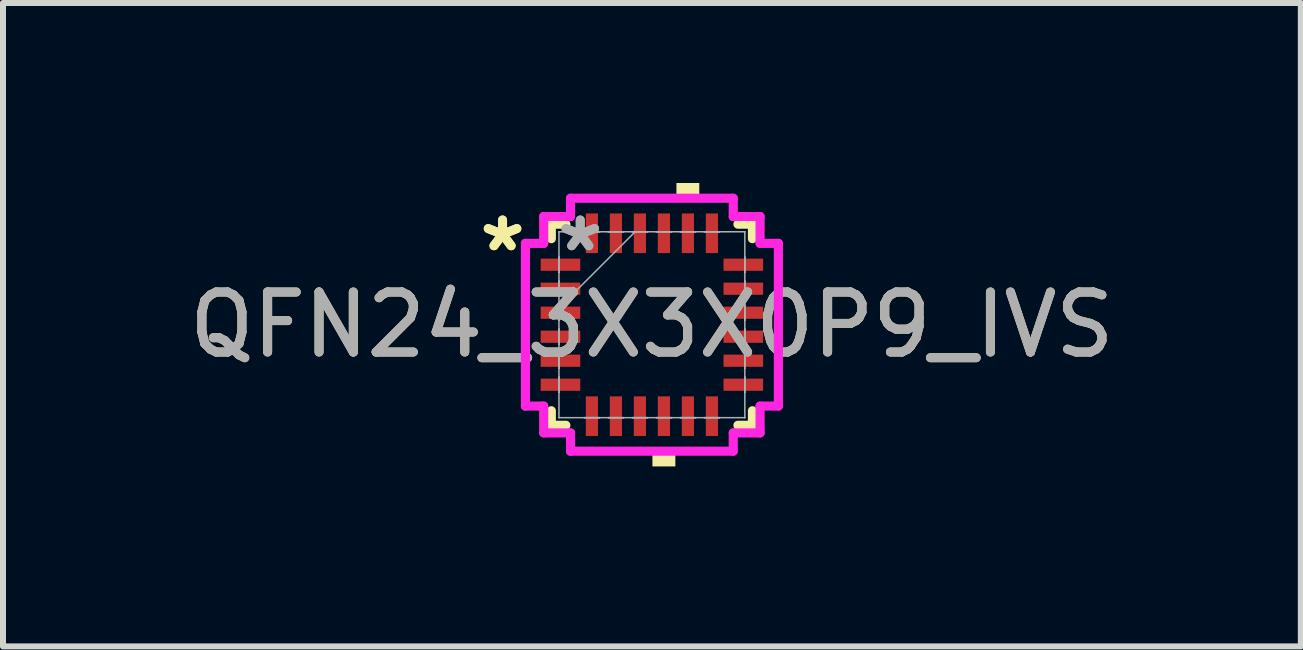
<source format=kicad_pcb>
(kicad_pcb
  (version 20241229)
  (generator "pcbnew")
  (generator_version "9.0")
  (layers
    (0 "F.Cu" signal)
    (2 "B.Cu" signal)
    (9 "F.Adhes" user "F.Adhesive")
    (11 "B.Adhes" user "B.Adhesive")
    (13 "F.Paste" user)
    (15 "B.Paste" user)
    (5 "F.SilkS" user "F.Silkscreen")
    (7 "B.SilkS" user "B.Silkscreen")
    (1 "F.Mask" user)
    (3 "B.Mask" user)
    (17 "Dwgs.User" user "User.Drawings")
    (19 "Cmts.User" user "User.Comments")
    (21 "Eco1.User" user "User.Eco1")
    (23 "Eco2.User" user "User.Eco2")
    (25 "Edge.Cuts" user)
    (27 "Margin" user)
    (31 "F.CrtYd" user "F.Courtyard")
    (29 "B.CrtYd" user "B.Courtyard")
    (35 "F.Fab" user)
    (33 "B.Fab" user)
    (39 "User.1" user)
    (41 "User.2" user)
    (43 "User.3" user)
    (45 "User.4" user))
  (footprint "QFN24_3X3X0P9_IVS"
    (layer "F.Cu")
    (at 7.815 2.362)
    (property "Reference" "QFN24_3X3X0P9_IVS" (at 0 0 0) (unlocked yes) (layer "F.SilkS") (effects (font (size 1 1) (thickness 0.15))))
    (attr smd)
    (fp_line (start -1.676 -1.676) (end -1.676 -1.434) (stroke (width 0.152) (type solid)) (layer "F.SilkS"))
    (fp_line (start -1.676 1.434) (end -1.676 1.676) (stroke (width 0.152) (type solid)) (layer "F.SilkS"))
    (fp_line (start -1.676 1.676) (end -1.434 1.676) (stroke (width 0.152) (type solid)) (layer "F.SilkS"))
    (fp_line (start -1.434 -1.676) (end -1.676 -1.676) (stroke (width 0.152) (type solid)) (layer "F.SilkS"))
    (fp_line (start 1.434 1.676) (end 1.676 1.676) (stroke (width 0.152) (type solid)) (layer "F.SilkS"))
    (fp_line (start 1.676 -1.676) (end 1.434 -1.676) (stroke (width 0.152) (type solid)) (layer "F.SilkS"))
    (fp_line (start 1.676 -1.434) (end 1.676 -1.676) (stroke (width 0.152) (type solid)) (layer "F.SilkS"))
    (fp_line (start 1.676 1.676) (end 1.676 1.434) (stroke (width 0.152) (type solid)) (layer "F.SilkS"))
    (fp_poly (pts (xy 0.009 2.108) (xy 0.009 2.362) (xy 0.391 2.362) (xy 0.391 2.108)) (stroke (width 0) (type solid)) (fill yes) (layer "F.SilkS"))
    (fp_poly (pts (xy 0.409 -2.108) (xy 0.409 -2.362) (xy 0.79 -2.362) (xy 0.79 -2.108)) (stroke (width 0) (type solid)) (fill yes) (layer "F.SilkS"))
    (fp_line (start -2.108 -1.356) (end -1.803 -1.356) (stroke (width 0.152) (type solid)) (layer "F.CrtYd"))
    (fp_line (start -2.108 1.356) (end -2.108 -1.356) (stroke (width 0.152) (type solid)) (layer "F.CrtYd"))
    (fp_line (start -1.803 -1.803) (end -1.356 -1.803) (stroke (width 0.152) (type solid)) (layer "F.CrtYd"))
    (fp_line (start -1.803 -1.356) (end -1.803 -1.803) (stroke (width 0.152) (type solid)) (layer "F.CrtYd"))
    (fp_line (start -1.803 1.356) (end -2.108 1.356) (stroke (width 0.152) (type solid)) (layer "F.CrtYd"))
    (fp_line (start -1.803 1.803) (end -1.803 1.356) (stroke (width 0.152) (type solid)) (layer "F.CrtYd"))
    (fp_line (start -1.356 -2.108) (end 1.356 -2.108) (stroke (width 0.152) (type solid)) (layer "F.CrtYd"))
    (fp_line (start -1.356 -1.803) (end -1.356 -2.108) (stroke (width 0.152) (type solid)) (layer "F.CrtYd"))
    (fp_line (start -1.356 1.803) (end -1.803 1.803) (stroke (width 0.152) (type solid)) (layer "F.CrtYd"))
    (fp_line (start -1.356 2.108) (end -1.356 1.803) (stroke (width 0.152) (type solid)) (layer "F.CrtYd"))
    (fp_line (start 1.356 -2.108) (end 1.356 -1.803) (stroke (width 0.152) (type solid)) (layer "F.CrtYd"))
    (fp_line (start 1.356 -1.803) (end 1.803 -1.803) (stroke (width 0.152) (type solid)) (layer "F.CrtYd"))
    (fp_line (start 1.356 1.803) (end 1.356 2.108) (stroke (width 0.152) (type solid)) (layer "F.CrtYd"))
    (fp_line (start 1.356 2.108) (end -1.356 2.108) (stroke (width 0.152) (type solid)) (layer "F.CrtYd"))
    (fp_line (start 1.803 -1.803) (end 1.803 -1.356) (stroke (width 0.152) (type solid)) (layer "F.CrtYd"))
    (fp_line (start 1.803 -1.356) (end 2.108 -1.356) (stroke (width 0.152) (type solid)) (layer "F.CrtYd"))
    (fp_line (start 1.803 1.356) (end 1.803 1.803) (stroke (width 0.152) (type solid)) (layer "F.CrtYd"))
    (fp_line (start 1.803 1.803) (end 1.356 1.803) (stroke (width 0.152) (type solid)) (layer "F.CrtYd"))
    (fp_line (start 2.108 -1.356) (end 2.108 1.356) (stroke (width 0.152) (type solid)) (layer "F.CrtYd"))
    (fp_line (start 2.108 1.356) (end 1.803 1.356) (stroke (width 0.152) (type solid)) (layer "F.CrtYd"))
    (fp_line (start -1.549 -1.549) (end -1.549 -1.549) (stroke (width 0.025) (type solid)) (layer "F.Fab"))
    (fp_line (start -1.549 -1.549) (end -1.549 1.549) (stroke (width 0.025) (type solid)) (layer "F.Fab"))
    (fp_line (start -1.549 -1.127) (end -1.549 -1.127) (stroke (width 0.025) (type solid)) (layer "F.Fab"))
    (fp_line (start -1.549 -1.127) (end -1.549 -0.873) (stroke (width 0.025) (type solid)) (layer "F.Fab"))
    (fp_line (start -1.549 -0.873) (end -1.549 -1.127) (stroke (width 0.025) (type solid)) (layer "F.Fab"))
    (fp_line (start -1.549 -0.873) (end -1.549 -0.873) (stroke (width 0.025) (type solid)) (layer "F.Fab"))
    (fp_line (start -1.549 -0.727) (end -1.549 -0.727) (stroke (width 0.025) (type solid)) (layer "F.Fab"))
    (fp_line (start -1.549 -0.727) (end -1.549 -0.473) (stroke (width 0.025) (type solid)) (layer "F.Fab"))
    (fp_line (start -1.549 -0.473) (end -1.549 -0.727) (stroke (width 0.025) (type solid)) (layer "F.Fab"))
    (fp_line (start -1.549 -0.473) (end -1.549 -0.473) (stroke (width 0.025) (type solid)) (layer "F.Fab"))
    (fp_line (start -1.549 -0.327) (end -1.549 -0.327) (stroke (width 0.025) (type solid)) (layer "F.Fab"))
    (fp_line (start -1.549 -0.327) (end -1.549 -0.073) (stroke (width 0.025) (type solid)) (layer "F.Fab"))
    (fp_line (start -1.549 -0.279) (end -0.279 -1.549) (stroke (width 0.025) (type solid)) (layer "F.Fab"))
    (fp_line (start -1.549 -0.073) (end -1.549 -0.327) (stroke (width 0.025) (type solid)) (layer "F.Fab"))
    (fp_line (start -1.549 -0.073) (end -1.549 -0.073) (stroke (width 0.025) (type solid)) (layer "F.Fab"))
    (fp_line (start -1.549 0.073) (end -1.549 0.073) (stroke (width 0.025) (type solid)) (layer "F.Fab"))
    (fp_line (start -1.549 0.073) (end -1.549 0.327) (stroke (width 0.025) (type solid)) (layer "F.Fab"))
    (fp_line (start -1.549 0.327) (end -1.549 0.073) (stroke (width 0.025) (type solid)) (layer "F.Fab"))
    (fp_line (start -1.549 0.327) (end -1.549 0.327) (stroke (width 0.025) (type solid)) (layer "F.Fab"))
    (fp_line (start -1.549 0.473) (end -1.549 0.473) (stroke (width 0.025) (type solid)) (layer "F.Fab"))
    (fp_line (start -1.549 0.473) (end -1.549 0.727) (stroke (width 0.025) (type solid)) (layer "F.Fab"))
    (fp_line (start -1.549 0.727) (end -1.549 0.473) (stroke (width 0.025) (type solid)) (layer "F.Fab"))
    (fp_line (start -1.549 0.727) (end -1.549 0.727) (stroke (width 0.025) (type solid)) (layer "F.Fab"))
    (fp_line (start -1.549 0.873) (end -1.549 0.873) (stroke (width 0.025) (type solid)) (layer "F.Fab"))
    (fp_line (start -1.549 0.873) (end -1.549 1.127) (stroke (width 0.025) (type solid)) (layer "F.Fab"))
    (fp_line (start -1.549 1.127) (end -1.549 0.873) (stroke (width 0.025) (type solid)) (layer "F.Fab"))
    (fp_line (start -1.549 1.127) (end -1.549 1.127) (stroke (width 0.025) (type solid)) (layer "F.Fab"))
    (fp_line (start -1.549 1.549) (end -1.549 1.549) (stroke (width 0.025) (type solid)) (layer "F.Fab"))
    (fp_line (start -1.549 1.549) (end 1.549 1.549) (stroke (width 0.025) (type solid)) (layer "F.Fab"))
    (fp_line (start -1.127 -1.549) (end -1.127 -1.549) (stroke (width 0.025) (type solid)) (layer "F.Fab"))
    (fp_line (start -1.127 -1.549) (end -0.873 -1.549) (stroke (width 0.025) (type solid)) (layer "F.Fab"))
    (fp_line (start -1.127 1.549) (end -1.127 1.549) (stroke (width 0.025) (type solid)) (layer "F.Fab"))
    (fp_line (start -1.127 1.549) (end -0.873 1.549) (stroke (width 0.025) (type solid)) (layer "F.Fab"))
    (fp_line (start -0.873 -1.549) (end -1.127 -1.549) (stroke (width 0.025) (type solid)) (layer "F.Fab"))
    (fp_line (start -0.873 -1.549) (end -0.873 -1.549) (stroke (width 0.025) (type solid)) (layer "F.Fab"))
    (fp_line (start -0.873 1.549) (end -1.127 1.549) (stroke (width 0.025) (type solid)) (layer "F.Fab"))
    (fp_line (start -0.873 1.549) (end -0.873 1.549) (stroke (width 0.025) (type solid)) (layer "F.Fab"))
    (fp_line (start -0.727 -1.549) (end -0.727 -1.549) (stroke (width 0.025) (type solid)) (layer "F.Fab"))
    (fp_line (start -0.727 -1.549) (end -0.473 -1.549) (stroke (width 0.025) (type solid)) (layer "F.Fab"))
    (fp_line (start -0.727 1.549) (end -0.727 1.549) (stroke (width 0.025) (type solid)) (layer "F.Fab"))
    (fp_line (start -0.727 1.549) (end -0.473 1.549) (stroke (width 0.025) (type solid)) (layer "F.Fab"))
    (fp_line (start -0.473 -1.549) (end -0.727 -1.549) (stroke (width 0.025) (type solid)) (layer "F.Fab"))
    (fp_line (start -0.473 -1.549) (end -0.473 -1.549) (stroke (width 0.025) (type solid)) (layer "F.Fab"))
    (fp_line (start -0.473 1.549) (end -0.727 1.549) (stroke (width 0.025) (type solid)) (layer "F.Fab"))
    (fp_line (start -0.473 1.549) (end -0.473 1.549) (stroke (width 0.025) (type solid)) (layer "F.Fab"))
    (fp_line (start -0.327 -1.549) (end -0.327 -1.549) (stroke (width 0.025) (type solid)) (layer "F.Fab"))
    (fp_line (start -0.327 -1.549) (end -0.073 -1.549) (stroke (width 0.025) (type solid)) (layer "F.Fab"))
    (fp_line (start -0.327 1.549) (end -0.327 1.549) (stroke (width 0.025) (type solid)) (layer "F.Fab"))
    (fp_line (start -0.327 1.549) (end -0.073 1.549) (stroke (width 0.025) (type solid)) (layer "F.Fab"))
    (fp_line (start -0.073 -1.549) (end -0.327 -1.549) (stroke (width 0.025) (type solid)) (layer "F.Fab"))
    (fp_line (start -0.073 -1.549) (end -0.073 -1.549) (stroke (width 0.025) (type solid)) (layer "F.Fab"))
    (fp_line (start -0.073 1.549) (end -0.327 1.549) (stroke (width 0.025) (type solid)) (layer "F.Fab"))
    (fp_line (start -0.073 1.549) (end -0.073 1.549) (stroke (width 0.025) (type solid)) (layer "F.Fab"))
    (fp_line (start 0.073 -1.549) (end 0.073 -1.549) (stroke (width 0.025) (type solid)) (layer "F.Fab"))
    (fp_line (start 0.073 -1.549) (end 0.327 -1.549) (stroke (width 0.025) (type solid)) (layer "F.Fab"))
    (fp_line (start 0.073 1.549) (end 0.073 1.549) (stroke (width 0.025) (type solid)) (layer "F.Fab"))
    (fp_line (start 0.073 1.549) (end 0.327 1.549) (stroke (width 0.025) (type solid)) (layer "F.Fab"))
    (fp_line (start 0.327 -1.549) (end 0.073 -1.549) (stroke (width 0.025) (type solid)) (layer "F.Fab"))
    (fp_line (start 0.327 -1.549) (end 0.327 -1.549) (stroke (width 0.025) (type solid)) (layer "F.Fab"))
    (fp_line (start 0.327 1.549) (end 0.073 1.549) (stroke (width 0.025) (type solid)) (layer "F.Fab"))
    (fp_line (start 0.327 1.549) (end 0.327 1.549) (stroke (width 0.025) (type solid)) (layer "F.Fab"))
    (fp_line (start 0.473 -1.549) (end 0.473 -1.549) (stroke (width 0.025) (type solid)) (layer "F.Fab"))
    (fp_line (start 0.473 -1.549) (end 0.727 -1.549) (stroke (width 0.025) (type solid)) (layer "F.Fab"))
    (fp_line (start 0.473 1.549) (end 0.473 1.549) (stroke (width 0.025) (type solid)) (layer "F.Fab"))
    (fp_line (start 0.473 1.549) (end 0.727 1.549) (stroke (width 0.025) (type solid)) (layer "F.Fab"))
    (fp_line (start 0.727 -1.549) (end 0.473 -1.549) (stroke (width 0.025) (type solid)) (layer "F.Fab"))
    (fp_line (start 0.727 -1.549) (end 0.727 -1.549) (stroke (width 0.025) (type solid)) (layer "F.Fab"))
    (fp_line (start 0.727 1.549) (end 0.473 1.549) (stroke (width 0.025) (type solid)) (layer "F.Fab"))
    (fp_line (start 0.727 1.549) (end 0.727 1.549) (stroke (width 0.025) (type solid)) (layer "F.Fab"))
    (fp_line (start 0.873 -1.549) (end 0.873 -1.549) (stroke (width 0.025) (type solid)) (layer "F.Fab"))
    (fp_line (start 0.873 -1.549) (end 1.127 -1.549) (stroke (width 0.025) (type solid)) (layer "F.Fab"))
    (fp_line (start 0.873 1.549) (end 0.873 1.549) (stroke (width 0.025) (type solid)) (layer "F.Fab"))
    (fp_line (start 0.873 1.549) (end 1.127 1.549) (stroke (width 0.025) (type solid)) (layer "F.Fab"))
    (fp_line (start 1.127 -1.549) (end 0.873 -1.549) (stroke (width 0.025) (type solid)) (layer "F.Fab"))
    (fp_line (start 1.127 -1.549) (end 1.127 -1.549) (stroke (width 0.025) (type solid)) (layer "F.Fab"))
    (fp_line (start 1.127 1.549) (end 0.873 1.549) (stroke (width 0.025) (type solid)) (layer "F.Fab"))
    (fp_line (start 1.127 1.549) (end 1.127 1.549) (stroke (width 0.025) (type solid)) (layer "F.Fab"))
    (fp_line (start 1.549 -1.549) (end -1.549 -1.549) (stroke (width 0.025) (type solid)) (layer "F.Fab"))
    (fp_line (start 1.549 -1.549) (end 1.549 -1.549) (stroke (width 0.025) (type solid)) (layer "F.Fab"))
    (fp_line (start 1.549 -1.127) (end 1.549 -1.127) (stroke (width 0.025) (type solid)) (layer "F.Fab"))
    (fp_line (start 1.549 -1.127) (end 1.549 -0.873) (stroke (width 0.025) (type solid)) (layer "F.Fab"))
    (fp_line (start 1.549 -0.873) (end 1.549 -1.127) (stroke (width 0.025) (type solid)) (layer "F.Fab"))
    (fp_line (start 1.549 -0.873) (end 1.549 -0.873) (stroke (width 0.025) (type solid)) (layer "F.Fab"))
    (fp_line (start 1.549 -0.727) (end 1.549 -0.727) (stroke (width 0.025) (type solid)) (layer "F.Fab"))
    (fp_line (start 1.549 -0.727) (end 1.549 -0.473) (stroke (width 0.025) (type solid)) (layer "F.Fab"))
    (fp_line (start 1.549 -0.473) (end 1.549 -0.727) (stroke (width 0.025) (type solid)) (layer "F.Fab"))
    (fp_line (start 1.549 -0.473) (end 1.549 -0.473) (stroke (width 0.025) (type solid)) (layer "F.Fab"))
    (fp_line (start 1.549 -0.327) (end 1.549 -0.327) (stroke (width 0.025) (type solid)) (layer "F.Fab"))
    (fp_line (start 1.549 -0.327) (end 1.549 -0.073) (stroke (width 0.025) (type solid)) (layer "F.Fab"))
    (fp_line (start 1.549 -0.073) (end 1.549 -0.327) (stroke (width 0.025) (type solid)) (layer "F.Fab"))
    (fp_line (start 1.549 -0.073) (end 1.549 -0.073) (stroke (width 0.025) (type solid)) (layer "F.Fab"))
    (fp_line (start 1.549 0.073) (end 1.549 0.073) (stroke (width 0.025) (type solid)) (layer "F.Fab"))
    (fp_line (start 1.549 0.073) (end 1.549 0.327) (stroke (width 0.025) (type solid)) (layer "F.Fab"))
    (fp_line (start 1.549 0.327) (end 1.549 0.073) (stroke (width 0.025) (type solid)) (layer "F.Fab"))
    (fp_line (start 1.549 0.327) (end 1.549 0.327) (stroke (width 0.025) (type solid)) (layer "F.Fab"))
    (fp_line (start 1.549 0.473) (end 1.549 0.473) (stroke (width 0.025) (type solid)) (layer "F.Fab"))
    (fp_line (start 1.549 0.473) (end 1.549 0.727) (stroke (width 0.025) (type solid)) (layer "F.Fab"))
    (fp_line (start 1.549 0.727) (end 1.549 0.473) (stroke (width 0.025) (type solid)) (layer "F.Fab"))
    (fp_line (start 1.549 0.727) (end 1.549 0.727) (stroke (width 0.025) (type solid)) (layer "F.Fab"))
    (fp_line (start 1.549 0.873) (end 1.549 0.873) (stroke (width 0.025) (type solid)) (layer "F.Fab"))
    (fp_line (start 1.549 0.873) (end 1.549 1.127) (stroke (width 0.025) (type solid)) (layer "F.Fab"))
    (fp_line (start 1.549 1.127) (end 1.549 0.873) (stroke (width 0.025) (type solid)) (layer "F.Fab"))
    (fp_line (start 1.549 1.127) (end 1.549 1.127) (stroke (width 0.025) (type solid)) (layer "F.Fab"))
    (fp_line (start 1.549 1.549) (end 1.549 -1.549) (stroke (width 0.025) (type solid)) (layer "F.Fab"))
    (fp_line (start 1.549 1.549) (end 1.549 1.549) (stroke (width 0.025) (type solid)) (layer "F.Fab"))
    (fp_text user "*" (at -2.489 -1.2 0) (unlocked yes) (layer "F.SilkS") (effects (font (size 1 1) (thickness 0.15))))
    (fp_text user "*" (at -2.489 -1.2 0) (layer "F.SilkS") (effects (font (size 1 1) (thickness 0.15))))
    (fp_text user "*" (at -1.194 -1.2 0) (layer "F.Fab") (effects (font (size 1 1) (thickness 0.15))))
    (fp_text user "${REFERENCE}" (at 0 0 0) (unlocked yes) (layer "F.Fab") (effects (font (size 1 1) (thickness 0.15))))
    (fp_text user "*" (at -1.194 -1.2 0) (unlocked yes) (layer "F.Fab") (effects (font (size 1 1) (thickness 0.15))))
    (pad "1" smd rect (at -1.524 -1 90) (size 0.203 0.66) (layers "F.Cu" "F.Mask" "F.Paste"))
    (pad "2" smd rect (at -1.524 -0.6 90) (size 0.203 0.66) (layers "F.Cu" "F.Mask" "F.Paste"))
    (pad "3" smd rect (at -1.524 -0.2 90) (size 0.203 0.66) (layers "F.Cu" "F.Mask" "F.Paste"))
    (pad "4" smd rect (at -1.524 0.2 90) (size 0.203 0.66) (layers "F.Cu" "F.Mask" "F.Paste"))
    (pad "5" smd rect (at -1.524 0.6 90) (size 0.203 0.66) (layers "F.Cu" "F.Mask" "F.Paste"))
    (pad "6" smd rect (at -1.524 1 90) (size 0.203 0.66) (layers "F.Cu" "F.Mask" "F.Paste"))
    (pad "7" smd rect (at -1 1.524) (size 0.203 0.66) (layers "F.Cu" "F.Mask" "F.Paste"))
    (pad "8" smd rect (at -0.6 1.524) (size 0.203 0.66) (layers "F.Cu" "F.Mask" "F.Paste"))
    (pad "9" smd rect (at -0.2 1.524) (size 0.203 0.66) (layers "F.Cu" "F.Mask" "F.Paste"))
    (pad "10" smd rect (at 0.2 1.524) (size 0.203 0.66) (layers "F.Cu" "F.Mask" "F.Paste"))
    (pad "11" smd rect (at 0.6 1.524) (size 0.203 0.66) (layers "F.Cu" "F.Mask" "F.Paste"))
    (pad "12" smd rect (at 1 1.524) (size 0.203 0.66) (layers "F.Cu" "F.Mask" "F.Paste"))
    (pad "13" smd rect (at 1.524 1 90) (size 0.203 0.66) (layers "F.Cu" "F.Mask" "F.Paste"))
    (pad "14" smd rect (at 1.524 0.6 90) (size 0.203 0.66) (layers "F.Cu" "F.Mask" "F.Paste"))
    (pad "15" smd rect (at 1.524 0.2 90) (size 0.203 0.66) (layers "F.Cu" "F.Mask" "F.Paste"))
    (pad "16" smd rect (at 1.524 -0.2 90) (size 0.203 0.66) (layers "F.Cu" "F.Mask" "F.Paste"))
    (pad "17" smd rect (at 1.524 -0.6 90) (size 0.203 0.66) (layers "F.Cu" "F.Mask" "F.Paste"))
    (pad "18" smd rect (at 1.524 -1 90) (size 0.203 0.66) (layers "F.Cu" "F.Mask" "F.Paste"))
    (pad "19" smd rect (at 1 -1.524) (size 0.203 0.66) (layers "F.Cu" "F.Mask" "F.Paste"))
    (pad "20" smd rect (at 0.6 -1.524) (size 0.203 0.66) (layers "F.Cu" "F.Mask" "F.Paste"))
    (pad "21" smd rect (at 0.2 -1.524) (size 0.203 0.66) (layers "F.Cu" "F.Mask" "F.Paste"))
    (pad "22" smd rect (at -0.2 -1.524) (size 0.203 0.66) (layers "F.Cu" "F.Mask" "F.Paste"))
    (pad "23" smd rect (at -0.6 -1.524) (size 0.203 0.66) (layers "F.Cu" "F.Mask" "F.Paste"))
    (pad "24" smd rect (at -1 -1.524) (size 0.203 0.66) (layers "F.Cu" "F.Mask" "F.Paste"))
    (zone (net_name "") (layer "F.Cu") (hatch full 0.508) (connect_pads) (min_thickness 0.254) (filled_areas_thickness no) (keepout (tracks not_allowed) (vias not_allowed) (pads allowed) (copperpour not_allowed) (footprints allowed)) (placement (enabled no)) (fill) (polygon (pts (xy 7.015 1.562) (xy 8.616 1.562) (xy 8.616 3.162) (xy 7.015 3.162)))))
  (gr_rect
    (start -3 -3)
    (end 18.631 7.724)
    (stroke (width 0.1) (type default))
    (fill no)
    (layer "Edge.Cuts")))
</source>
